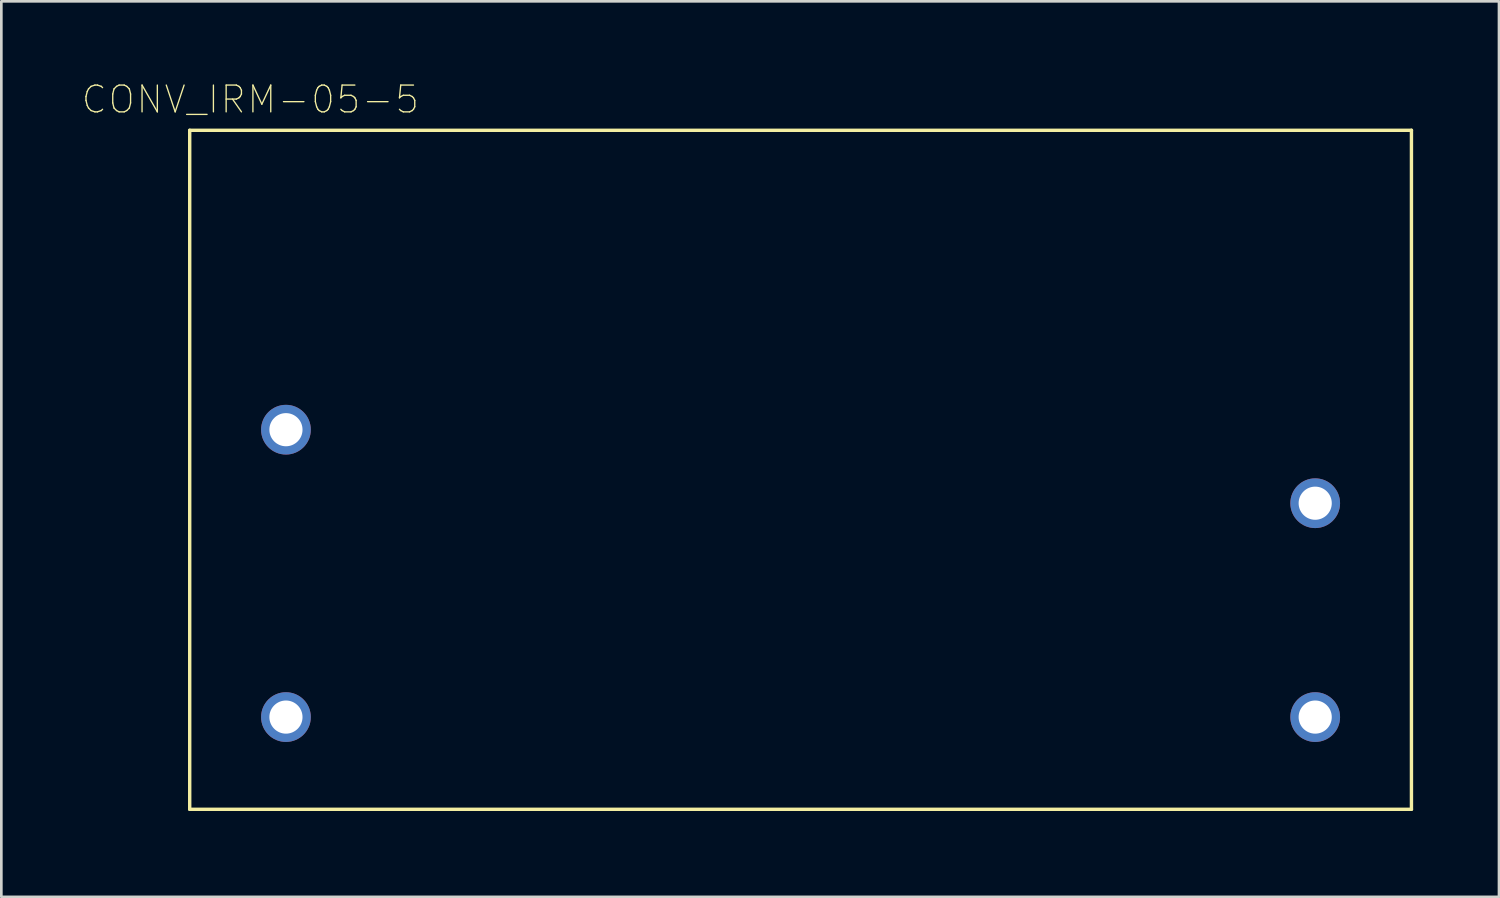
<source format=kicad_pcb>
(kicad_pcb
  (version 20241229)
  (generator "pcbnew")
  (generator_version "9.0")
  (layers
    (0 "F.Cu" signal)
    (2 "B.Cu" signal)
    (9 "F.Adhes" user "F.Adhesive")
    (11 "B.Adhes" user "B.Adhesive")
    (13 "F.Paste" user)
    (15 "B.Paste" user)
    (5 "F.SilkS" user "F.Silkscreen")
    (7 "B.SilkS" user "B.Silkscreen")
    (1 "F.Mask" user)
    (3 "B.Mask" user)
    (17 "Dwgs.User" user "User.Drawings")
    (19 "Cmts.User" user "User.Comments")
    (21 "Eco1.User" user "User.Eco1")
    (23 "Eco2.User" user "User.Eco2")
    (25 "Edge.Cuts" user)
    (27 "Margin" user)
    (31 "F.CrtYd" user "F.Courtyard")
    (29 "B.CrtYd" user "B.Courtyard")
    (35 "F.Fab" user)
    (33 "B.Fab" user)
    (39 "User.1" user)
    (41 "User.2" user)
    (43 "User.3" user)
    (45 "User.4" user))
  (footprint "CONV_IRM-05-5"
    (layer "F.Cu")
    (at 26.896 14.523)
    (property "Reference" "CONV_IRM-05-5" (at -20.581 -13.85 0) (layer "F.SilkS") (effects (font (size 1.001 1.001) (thickness 0.05))))
    (attr through_hole)
    (fp_line (start -22.85 -12.7) (end 22.85 -12.7) (stroke (width 0.127) (type solid)) (layer "F.SilkS"))
    (fp_line (start -22.85 12.7) (end -22.85 -12.7) (stroke (width 0.127) (type solid)) (layer "F.SilkS"))
    (fp_line (start 22.85 -12.7) (end 22.85 12.7) (stroke (width 0.127) (type solid)) (layer "F.SilkS"))
    (fp_line (start 22.85 12.7) (end -22.85 12.7) (stroke (width 0.127) (type solid)) (layer "F.SilkS"))
    (fp_line (start -23.1 -12.95) (end 23.1 -12.95) (stroke (width 0.05) (type solid)) (layer "Eco1.User"))
    (fp_line (start -23.1 12.95) (end -23.1 -12.95) (stroke (width 0.05) (type solid)) (layer "Eco1.User"))
    (fp_line (start 23.1 -12.95) (end 23.1 12.95) (stroke (width 0.05) (type solid)) (layer "Eco1.User"))
    (fp_line (start 23.1 12.95) (end -23.1 12.95) (stroke (width 0.05) (type solid)) (layer "Eco1.User"))
    (fp_line (start -22.85 -12.7) (end 22.85 -12.7) (stroke (width 0.127) (type solid)) (layer "Eco2.User"))
    (fp_line (start -22.85 12.7) (end -22.85 -12.7) (stroke (width 0.127) (type solid)) (layer "Eco2.User"))
    (fp_line (start 22.85 -12.7) (end 22.85 12.7) (stroke (width 0.127) (type solid)) (layer "Eco2.User"))
    (fp_line (start 22.85 12.7) (end -22.85 12.7) (stroke (width 0.127) (type solid)) (layer "Eco2.User"))
    (pad "AC/L" thru_hole circle (at -19.25 9.25) (size 1.86 1.86) (drill 1.24) (layers "*.Cu" "*.Mask"))
    (pad "AC/N" thru_hole circle (at -19.25 -1.5) (size 1.86 1.86) (drill 1.24) (layers "*.Cu" "*.Mask"))
    (pad "VNEG" thru_hole circle (at 19.25 9.25) (size 1.86 1.86) (drill 1.24) (layers "*.Cu" "*.Mask"))
    (pad "VPOS" thru_hole circle (at 19.25 1.25) (size 1.86 1.86) (drill 1.24) (layers "*.Cu" "*.Mask")))
  (gr_rect
    (start -3 -3)
    (end 53.021 30.498)
    (stroke (width 0.1) (type default))
    (fill no)
    (layer "Edge.Cuts")))
</source>
